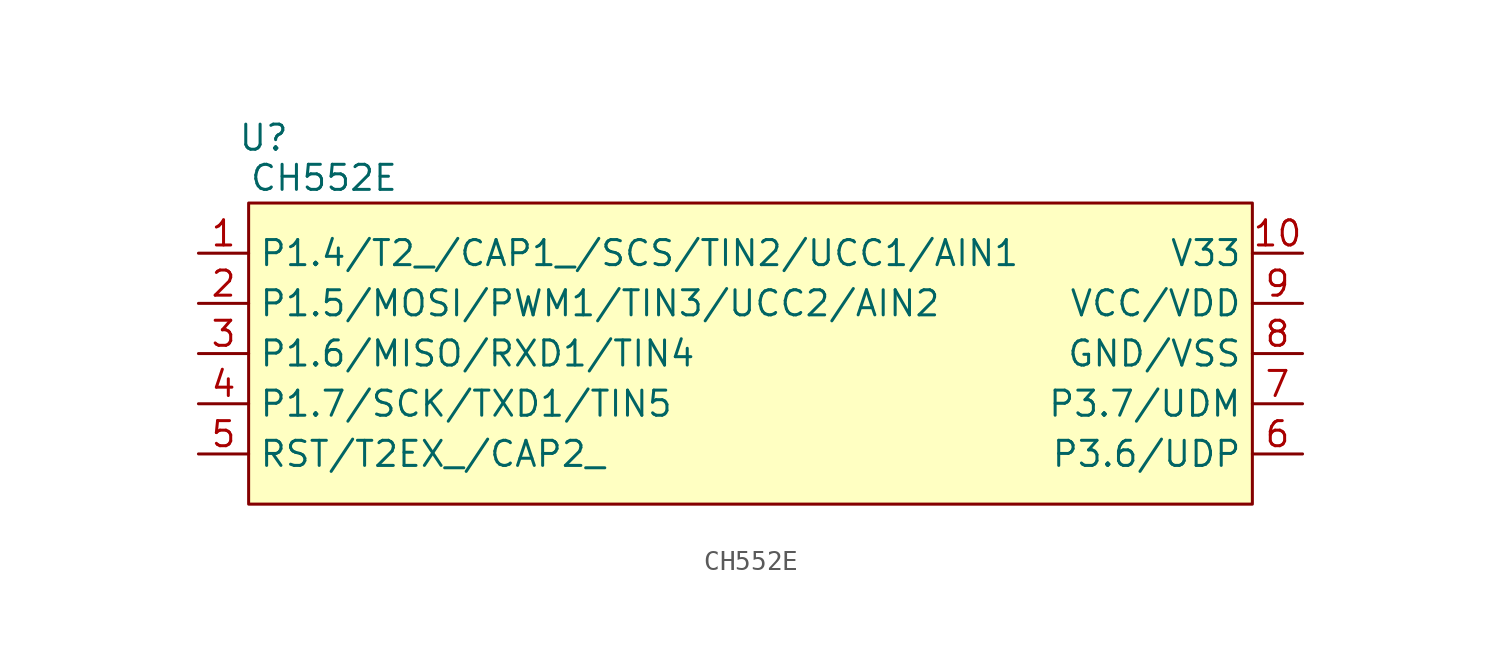
<source format=kicad_sym>
(kicad_symbol_lib
  (version 20231120)
  (generator "kicad_symbol_editor")
  (generator_version "8.0")
  (symbol "CH552E"
    (property "Reference" "U"
      (at -24.638 10.922 0)
      (effects (font (size 1.27 1.27))))
    (property "Value" "CH552E"
      (at -21.59 8.89 0)
      (effects (font (size 1.27 1.27))))
    (symbol "CH552E_1_1"
      (rectangle (start -25.4 7.62) (end 25.4 -7.62) (stroke (width 0) (type default)) (fill (type background)))
      (pin bidirectional line (at -27.94 5.08 0) (length 2.54) (name "P1.4/T2_/CAP1_/SCS/TIN2/UCC1/AIN1" (effects (font (size 1.27 1.27)))) (number "1" (effects (font (size 1.27 1.27)))))
      (pin power_in line (at 27.94 5.08 180) (length 2.54) (name "V33" (effects (font (size 1.27 1.27)))) (number "10" (effects (font (size 1.27 1.27)))))
      (pin bidirectional line (at -27.94 2.54 0) (length 2.54) (name "P1.5/MOSI/PWM1/TIN3/UCC2/AIN2" (effects (font (size 1.27 1.27)))) (number "2" (effects (font (size 1.27 1.27)))))
      (pin bidirectional line (at -27.94 0 0) (length 2.54) (name "P1.6/MISO/RXD1/TIN4" (effects (font (size 1.27 1.27)))) (number "3" (effects (font (size 1.27 1.27)))))
      (pin bidirectional line (at -27.94 -2.54 0) (length 2.54) (name "P1.7/SCK/TXD1/TIN5" (effects (font (size 1.27 1.27)))) (number "4" (effects (font (size 1.27 1.27)))))
      (pin bidirectional line (at -27.94 -5.08 0) (length 2.54) (name "RST/T2EX_/CAP2_" (effects (font (size 1.27 1.27)))) (number "5" (effects (font (size 1.27 1.27)))))
      (pin bidirectional line (at 27.94 -5.08 180) (length 2.54) (name "P3.6/UDP" (effects (font (size 1.27 1.27)))) (number "6" (effects (font (size 1.27 1.27)))))
      (pin bidirectional line (at 27.94 -2.54 180) (length 2.54) (name "P3.7/UDM" (effects (font (size 1.27 1.27)))) (number "7" (effects (font (size 1.27 1.27)))))
      (pin power_in line (at 27.94 0 180) (length 2.54) (name "GND/VSS" (effects (font (size 1.27 1.27)))) (number "8" (effects (font (size 1.27 1.27)))))
      (pin power_in line (at 27.94 2.54 180) (length 2.54) (name "VCC/VDD" (effects (font (size 1.27 1.27)))) (number "9" (effects (font (size 1.27 1.27))))))))
</source>
